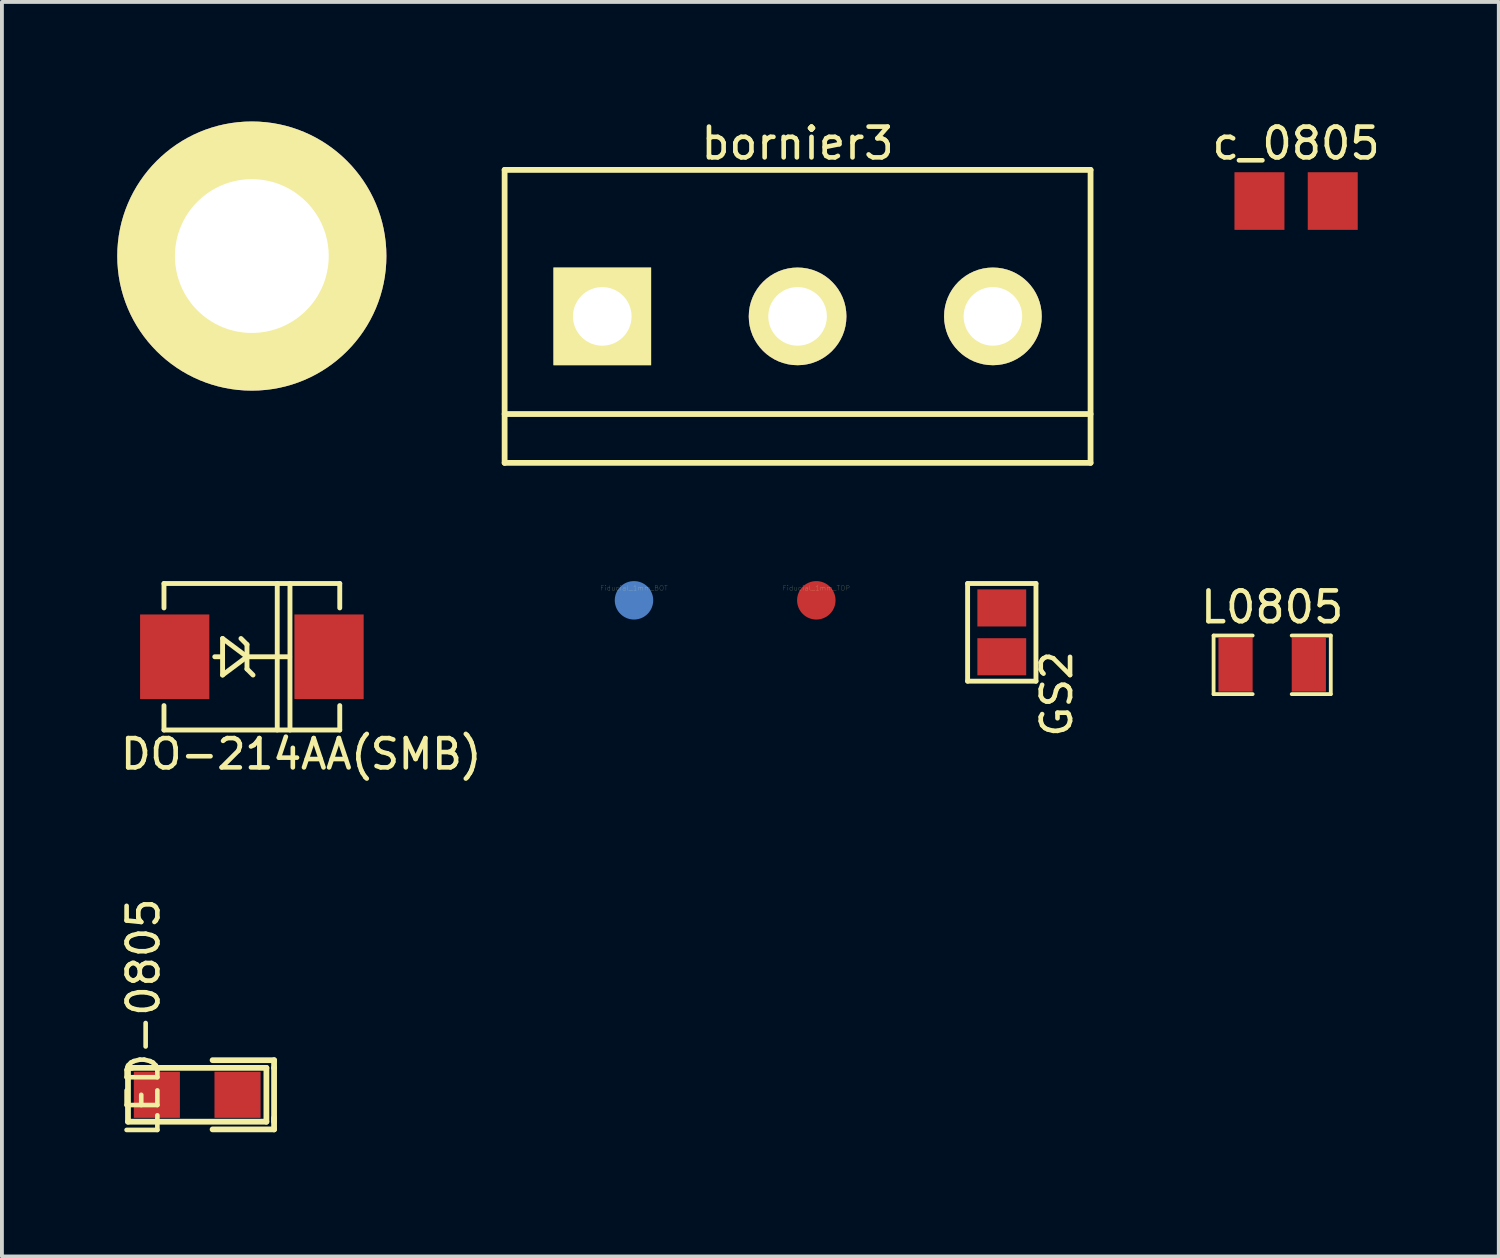
<source format=kicad_pcb>
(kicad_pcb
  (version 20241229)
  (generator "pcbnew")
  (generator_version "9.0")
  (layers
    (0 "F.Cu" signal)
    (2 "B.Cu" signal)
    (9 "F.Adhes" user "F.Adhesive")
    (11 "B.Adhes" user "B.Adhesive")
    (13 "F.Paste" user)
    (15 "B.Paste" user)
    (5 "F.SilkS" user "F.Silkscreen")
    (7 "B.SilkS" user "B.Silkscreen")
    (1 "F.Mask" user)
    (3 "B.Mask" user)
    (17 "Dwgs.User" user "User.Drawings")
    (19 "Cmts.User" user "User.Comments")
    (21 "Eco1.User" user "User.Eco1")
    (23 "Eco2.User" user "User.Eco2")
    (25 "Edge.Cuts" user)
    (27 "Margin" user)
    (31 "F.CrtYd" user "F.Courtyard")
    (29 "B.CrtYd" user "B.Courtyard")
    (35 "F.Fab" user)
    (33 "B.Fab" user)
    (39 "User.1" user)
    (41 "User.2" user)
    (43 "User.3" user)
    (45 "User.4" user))
  (footprint "DO-214AA(SMB)"
    (layer "F.Cu")
    (at 3.501 14.032)
    (property "Reference" "DO-214AA(SMB)" (at 1.283 2.531 0) (layer "F.SilkS") (effects (font (size 0.762 0.762) (thickness 0.12))))
    (attr smd)
    (fp_line (start -2.286 -1.905) (end 2.286 -1.905) (stroke (width 0.127) (type solid)) (layer "F.SilkS"))
    (fp_line (start -2.286 -1.27) (end -2.286 -1.905) (stroke (width 0.127) (type solid)) (layer "F.SilkS"))
    (fp_line (start -2.286 1.27) (end -2.286 1.905) (stroke (width 0.127) (type solid)) (layer "F.SilkS"))
    (fp_line (start -2.286 1.905) (end 2.286 1.905) (stroke (width 0.127) (type solid)) (layer "F.SilkS"))
    (fp_line (start -0.762 -0.475) (end -0.762 0) (stroke (width 0.127) (type solid)) (layer "F.SilkS"))
    (fp_line (start -0.762 0) (end -0.965 0) (stroke (width 0.127) (type solid)) (layer "F.SilkS"))
    (fp_line (start -0.762 0) (end -0.762 0.475) (stroke (width 0.127) (type solid)) (layer "F.SilkS"))
    (fp_line (start -0.762 0.475) (end -0.127 0) (stroke (width 0.127) (type solid)) (layer "F.SilkS"))
    (fp_line (start -0.127 -0.318) (end -0.284 -0.475) (stroke (width 0.127) (type solid)) (layer "F.SilkS"))
    (fp_line (start -0.127 0) (end -0.762 -0.475) (stroke (width 0.127) (type solid)) (layer "F.SilkS"))
    (fp_line (start -0.127 0) (end -0.127 -0.318) (stroke (width 0.127) (type solid)) (layer "F.SilkS"))
    (fp_line (start -0.127 0) (end -0.127 0.318) (stroke (width 0.127) (type solid)) (layer "F.SilkS"))
    (fp_line (start -0.127 0) (end 0.983 0) (stroke (width 0.127) (type solid)) (layer "F.SilkS"))
    (fp_line (start -0.127 0.318) (end 0.03 0.475) (stroke (width 0.127) (type solid)) (layer "F.SilkS"))
    (fp_line (start 0.66 1.905) (end 0.66 -1.905) (stroke (width 0.127) (type solid)) (layer "F.SilkS"))
    (fp_line (start 0.991 1.905) (end 0.991 -1.905) (stroke (width 0.127) (type solid)) (layer "F.SilkS"))
    (fp_line (start 2.286 -1.905) (end 2.286 -1.27) (stroke (width 0.127) (type solid)) (layer "F.SilkS"))
    (fp_line (start 2.286 1.905) (end 2.286 1.27) (stroke (width 0.127) (type solid)) (layer "F.SilkS"))
    (pad "1" smd rect (at -2.007 0) (size 1.801 2.2) (layers "F.Cu" "F.Mask" "F.Paste"))
    (pad "2" smd rect (at 2.007 0) (size 1.801 2.2) (layers "F.Cu" "F.Mask" "F.Paste")))
  (footprint "Fiducial_1mm_BOT"
    (layer "F.Cu")
    (at 13.44 12.564)
    (property "Reference" "Fiducial_1mm_BOT" (at 0 -0.318 0) (layer "F.SilkS") (effects (font (size 0.127 0.127) (thickness 0.003))))
    (attr through_hole)
    (pad "1" smd circle (at 0 0) (size 1 1) (layers "F.Mask" "B.Cu")))
  (footprint "Fiducial_1mm_TOP"
    (layer "F.Cu")
    (at 18.182 12.564)
    (property "Reference" "Fiducial_1mm_TOP" (at 0 -0.318 0) (layer "F.SilkS") (effects (font (size 0.127 0.127) (thickness 0.003))))
    (attr through_hole)
    (pad "1" smd circle (at 0 0) (size 1 1) (layers "F.Cu" "F.Mask")))
  (footprint "L0805"
    (layer "F.Cu")
    (at 30.039 14.242)
    (property "Reference" "L0805" (at 0 -1.5 180) (layer "F.SilkS") (effects (font (size 0.8 0.8) (thickness 0.12))))
    (attr smd)
    (fp_line (start -1.524 -0.762) (end -0.508 -0.762) (stroke (width 0.099) (type solid)) (layer "F.SilkS"))
    (fp_line (start -1.524 0.762) (end -1.524 -0.762) (stroke (width 0.099) (type solid)) (layer "F.SilkS"))
    (fp_line (start -0.508 0.762) (end -1.524 0.762) (stroke (width 0.099) (type solid)) (layer "F.SilkS"))
    (fp_line (start 0.508 -0.762) (end 1.524 -0.762) (stroke (width 0.099) (type solid)) (layer "F.SilkS"))
    (fp_line (start 1.524 -0.762) (end 1.524 0.762) (stroke (width 0.099) (type solid)) (layer "F.SilkS"))
    (fp_line (start 1.524 0.762) (end 0.508 0.762) (stroke (width 0.099) (type solid)) (layer "F.SilkS"))
    (pad "1" smd rect (at -0.953 0) (size 0.889 1.397) (layers "F.Cu" "F.Mask" "F.Paste"))
    (pad "2" smd rect (at 0.953 0) (size 0.889 1.397) (layers "F.Cu" "F.Mask" "F.Paste")))
  (footprint "bornier3"
    (layer "F.Cu")
    (at 17.695 5.179)
    (property "Reference" "bornier3" (at 0 -4.5 0) (layer "F.SilkS") (effects (font (size 0.8 0.8) (thickness 0.12))))
    (attr through_hole)
    (fp_line (start -7.62 -3.81) (end 7.62 -3.81) (stroke (width 0.15) (type solid)) (layer "F.SilkS"))
    (fp_line (start -7.62 2.54) (end 7.62 2.54) (stroke (width 0.15) (type solid)) (layer "F.SilkS"))
    (fp_line (start -7.62 3.81) (end -7.62 -3.81) (stroke (width 0.15) (type solid)) (layer "F.SilkS"))
    (fp_line (start -7.62 3.81) (end 7.62 3.81) (stroke (width 0.15) (type solid)) (layer "F.SilkS"))
    (fp_line (start 7.62 3.81) (end 7.62 -3.81) (stroke (width 0.15) (type solid)) (layer "F.SilkS"))
    (pad "1" thru_hole rect (at -5.08 0) (size 2.54 2.54) (drill 1.524) (layers "*.Cu" "*.Mask" "F.SilkS"))
    (pad "2" thru_hole circle (at 0 0) (size 2.54 2.54) (drill 1.524) (layers "*.Cu" "*.Mask" "F.SilkS"))
    (pad "3" thru_hole circle (at 5.08 0) (size 2.54 2.54) (drill 1.524) (layers "*.Cu" "*.Mask" "F.SilkS")))
  (footprint "1pin"
    (layer "F.Cu")
    (at 3.5 3.56)
    (property "Reference" "1pin" (at 0 -3.048 0) (layer "F.SilkS") (effects (font (size 0.5 0.5) (thickness 0.125))))
    (attr through_hole)
    (fp_circle (center 0 0) (end 0 -2.286) (stroke (width 0.381) (type solid)) (fill no) (layer "F.SilkS"))
    (pad "1" thru_hole circle (at 0 0.05) (size 7 7) (drill 4) (layers "*.Cu" "*.Mask" "F.SilkS")))
  (footprint "c_0805"
    (layer "F.Cu")
    (at 30.661 2.179)
    (property "Reference" "c_0805" (at 0 -1.5 180) (layer "F.SilkS") (effects (font (size 0.8 0.8) (thickness 0.12))))
    (attr through_hole)
    (pad "1" smd rect (at 0.953 0) (size 1.3 1.499) (layers "F.Cu" "F.Mask" "F.Paste"))
    (pad "2" smd rect (at -0.953 0) (size 1.3 1.499) (layers "F.Cu" "F.Mask" "F.Paste")))
  (footprint "GS2"
    (layer "F.Cu")
    (at 23.006 13.397)
    (property "Reference" "GS2" (at 1.429 1.6 90) (layer "F.SilkS") (effects (font (size 0.762 0.762) (thickness 0.12))))
    (attr exclude_from_pos_files exclude_from_bom)
    (fp_line (start -0.889 -1.27) (end -0.889 1.27) (stroke (width 0.127) (type solid)) (layer "F.SilkS"))
    (fp_line (start -0.889 -1.27) (end 0.889 -1.27) (stroke (width 0.127) (type solid)) (layer "F.SilkS"))
    (fp_line (start 0.889 1.27) (end -0.889 1.27) (stroke (width 0.127) (type solid)) (layer "F.SilkS"))
    (fp_line (start 0.889 1.27) (end 0.889 -1.27) (stroke (width 0.127) (type solid)) (layer "F.SilkS"))
    (pad "1" smd rect (at 0 -0.635) (size 1.27 0.965) (layers "F.Cu" "F.Mask" "F.Paste"))
    (pad "2" smd rect (at 0 0.635) (size 1.27 0.965) (layers "F.Cu" "F.Mask" "F.Paste")))
  (footprint "LED-0805"
    (layer "F.Cu")
    (at 2.079 25.425)
    (property "Reference" "LED-0805" (at -1.4 -2 90) (layer "F.SilkS") (effects (font (size 0.8 0.8) (thickness 0.12))))
    (attr smd)
    (fp_line (start -1.8 -0.7) (end -1.7 -0.7) (stroke (width 0.15) (type solid)) (layer "F.SilkS"))
    (fp_line (start -1.8 0.7) (end -1.8 -0.7) (stroke (width 0.15) (type solid)) (layer "F.SilkS"))
    (fp_line (start -1.7 -0.7) (end 1.8 -0.7) (stroke (width 0.15) (type solid)) (layer "F.SilkS"))
    (fp_line (start 1.8 -0.7) (end 1.8 0.7) (stroke (width 0.15) (type solid)) (layer "F.SilkS"))
    (fp_line (start 1.8 0.7) (end -1.8 0.7) (stroke (width 0.15) (type solid)) (layer "F.SilkS"))
    (fp_line (start 2 -0.9) (end 0.4 -0.9) (stroke (width 0.15) (type solid)) (layer "F.SilkS"))
    (fp_line (start 2 -0.7) (end 2 -0.9) (stroke (width 0.15) (type solid)) (layer "F.SilkS"))
    (fp_line (start 2 -0.7) (end 2 0.7) (stroke (width 0.15) (type solid)) (layer "F.SilkS"))
    (fp_line (start 2 0.9) (end 0.4 0.9) (stroke (width 0.15) (type solid)) (layer "F.SilkS"))
    (fp_line (start 2 0.9) (end 2 0.6) (stroke (width 0.15) (type solid)) (layer "F.SilkS"))
    (pad "1" smd rect (at -1.049 0) (size 1.199 1.199) (layers "F.Cu" "F.Mask" "F.Paste"))
    (pad "2" smd rect (at 1.049 0) (size 1.199 1.199) (layers "F.Cu" "F.Mask" "F.Paste")))
  (gr_rect
    (start -3 -3)
    (end 35.933 29.629)
    (stroke (width 0.1) (type default))
    (fill no)
    (layer "Edge.Cuts")))
</source>
